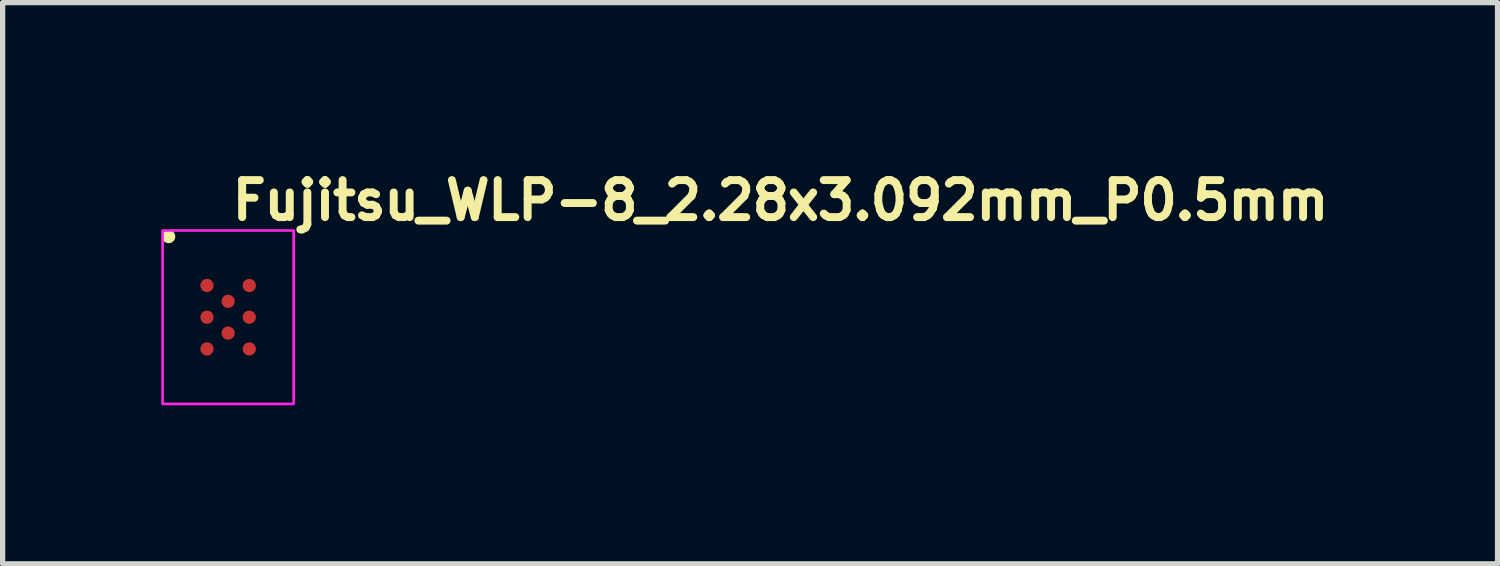
<source format=kicad_pcb>
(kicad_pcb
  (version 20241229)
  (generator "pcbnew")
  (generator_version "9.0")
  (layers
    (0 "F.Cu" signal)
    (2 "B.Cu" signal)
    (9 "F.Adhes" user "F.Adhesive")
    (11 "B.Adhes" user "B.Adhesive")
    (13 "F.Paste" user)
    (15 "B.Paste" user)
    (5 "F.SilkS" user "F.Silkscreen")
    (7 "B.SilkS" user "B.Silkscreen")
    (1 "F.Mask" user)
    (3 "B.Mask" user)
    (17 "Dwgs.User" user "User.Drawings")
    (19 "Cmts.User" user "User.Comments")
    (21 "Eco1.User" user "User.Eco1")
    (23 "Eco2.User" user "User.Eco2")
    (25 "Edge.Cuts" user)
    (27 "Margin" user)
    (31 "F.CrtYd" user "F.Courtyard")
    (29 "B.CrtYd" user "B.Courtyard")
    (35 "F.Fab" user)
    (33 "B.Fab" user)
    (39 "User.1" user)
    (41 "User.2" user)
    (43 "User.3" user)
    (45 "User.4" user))
  (footprint "Fujitsu_WLP-8_2.28x3.092mm_P0.5mm"
    (layer "F.Cu")
    (at 1.265 2.95)
    (property "Reference" "Fujitsu_WLP-8_2.28x3.092mm_P0.5mm" (at 0 -1.8 0) (layer "F.SilkS") (effects (font (size 0.7 0.7) (thickness 0.15)) (justify left bottom)))
    (attr smd)
    (fp_circle (center -1.125 -1.525) (end -1.075 -1.525) (stroke (width 0.15) (type solid)) (fill yes) (layer "F.SilkS"))
    (fp_rect (start -1.24 -1.64) (end 1.24 1.64) (stroke (width 0.05) (type solid)) (fill no) (layer "F.CrtYd"))
    (fp_rect (start -1.14 -1.545) (end 1.14 1.545) (stroke (width 0.1) (type solid)) (fill no) (layer "User.5"))
    (fp_line (start -1.14 -1.545) (end -1.14 1.545) (stroke (width 0.02) (type solid)) (layer "User.9"))
    (fp_line (start -1.14 -1.545) (end 1.14 -1.545) (stroke (width 0.02) (type solid)) (layer "User.9"))
    (fp_line (start -1.14 1.545) (end 1.14 1.545) (stroke (width 0.02) (type solid)) (layer "User.9"))
    (fp_line (start -0.95 -1.211) (end -0.948 -1.23) (stroke (width 0.02) (type solid)) (layer "User.9"))
    (fp_line (start -0.949 -1.19) (end -0.95 -1.211) (stroke (width 0.02) (type solid)) (layer "User.9"))
    (fp_line (start -0.948 -1.23) (end -0.944 -1.248) (stroke (width 0.02) (type solid)) (layer "User.9"))
    (fp_line (start -0.946 -1.17) (end -0.949 -1.19) (stroke (width 0.02) (type solid)) (layer "User.9"))
    (fp_line (start -0.944 -1.248) (end -0.93 -1.28) (stroke (width 0.02) (type solid)) (layer "User.9"))
    (fp_line (start -0.939 -1.149) (end -0.946 -1.17) (stroke (width 0.02) (type solid)) (layer "User.9"))
    (fp_line (start -0.93 -1.28) (end -0.909 -1.308) (stroke (width 0.02) (type solid)) (layer "User.9"))
    (fp_line (start -0.93 -1.13) (end -0.939 -1.149) (stroke (width 0.02) (type solid)) (layer "User.9"))
    (fp_line (start -0.918 -1.112) (end -0.93 -1.13) (stroke (width 0.02) (type solid)) (layer "User.9"))
    (fp_line (start -0.909 -1.308) (end -0.896 -1.32) (stroke (width 0.02) (type solid)) (layer "User.9"))
    (fp_line (start -0.903 -1.096) (end -0.918 -1.112) (stroke (width 0.02) (type solid)) (layer "User.9"))
    (fp_line (start -0.896 -1.32) (end -0.88 -1.332) (stroke (width 0.02) (type solid)) (layer "User.9"))
    (fp_line (start -0.887 -1.083) (end -0.903 -1.096) (stroke (width 0.02) (type solid)) (layer "User.9"))
    (fp_line (start -0.88 -1.332) (end -0.862 -1.342) (stroke (width 0.02) (type solid)) (layer "User.9"))
    (fp_line (start -0.87 -1.072) (end -0.887 -1.083) (stroke (width 0.02) (type solid)) (layer "User.9"))
    (fp_line (start -0.862 -1.342) (end -0.842 -1.349) (stroke (width 0.02) (type solid)) (layer "User.9"))
    (fp_line (start -0.852 -1.064) (end -0.87 -1.072) (stroke (width 0.02) (type solid)) (layer "User.9"))
    (fp_line (start -0.842 -1.349) (end -0.822 -1.353) (stroke (width 0.02) (type solid)) (layer "User.9"))
    (fp_line (start -0.834 -1.059) (end -0.852 -1.064) (stroke (width 0.02) (type solid)) (layer "User.9"))
    (fp_line (start -0.822 -1.353) (end -0.8 -1.355) (stroke (width 0.02) (type solid)) (layer "User.9"))
    (fp_line (start -0.8 -1.355) (end -0.778 -1.353) (stroke (width 0.02) (type solid)) (layer "User.9"))
    (fp_line (start -0.8 -1.055) (end -0.834 -1.059) (stroke (width 0.02) (type solid)) (layer "User.9"))
    (fp_line (start -0.778 -1.353) (end -0.758 -1.349) (stroke (width 0.02) (type solid)) (layer "User.9"))
    (fp_line (start -0.766 -1.059) (end -0.8 -1.055) (stroke (width 0.02) (type solid)) (layer "User.9"))
    (fp_line (start -0.758 -1.349) (end -0.738 -1.342) (stroke (width 0.02) (type solid)) (layer "User.9"))
    (fp_line (start -0.748 -1.064) (end -0.766 -1.059) (stroke (width 0.02) (type solid)) (layer "User.9"))
    (fp_line (start -0.738 -1.342) (end -0.72 -1.332) (stroke (width 0.02) (type solid)) (layer "User.9"))
    (fp_line (start -0.73 -1.072) (end -0.748 -1.064) (stroke (width 0.02) (type solid)) (layer "User.9"))
    (fp_line (start -0.72 -1.332) (end -0.704 -1.32) (stroke (width 0.02) (type solid)) (layer "User.9"))
    (fp_line (start -0.713 -1.083) (end -0.73 -1.072) (stroke (width 0.02) (type solid)) (layer "User.9"))
    (fp_line (start -0.704 -1.32) (end -0.691 -1.308) (stroke (width 0.02) (type solid)) (layer "User.9"))
    (fp_line (start -0.697 -1.096) (end -0.713 -1.083) (stroke (width 0.02) (type solid)) (layer "User.9"))
    (fp_line (start -0.691 -1.308) (end -0.67 -1.28) (stroke (width 0.02) (type solid)) (layer "User.9"))
    (fp_line (start -0.682 -1.112) (end -0.697 -1.096) (stroke (width 0.02) (type solid)) (layer "User.9"))
    (fp_line (start -0.67 -1.28) (end -0.656 -1.248) (stroke (width 0.02) (type solid)) (layer "User.9"))
    (fp_line (start -0.67 -1.13) (end -0.682 -1.112) (stroke (width 0.02) (type solid)) (layer "User.9"))
    (fp_line (start -0.661 -1.149) (end -0.67 -1.13) (stroke (width 0.02) (type solid)) (layer "User.9"))
    (fp_line (start -0.656 -1.248) (end -0.652 -1.23) (stroke (width 0.02) (type solid)) (layer "User.9"))
    (fp_line (start -0.654 -1.17) (end -0.661 -1.149) (stroke (width 0.02) (type solid)) (layer "User.9"))
    (fp_line (start -0.652 -1.23) (end -0.65 -1.211) (stroke (width 0.02) (type solid)) (layer "User.9"))
    (fp_line (start -0.651 -1.19) (end -0.654 -1.17) (stroke (width 0.02) (type solid)) (layer "User.9"))
    (fp_line (start -0.65 -1.211) (end -0.651 -1.19) (stroke (width 0.02) (type solid)) (layer "User.9"))
    (fp_line (start 1.14 -1.545) (end 1.14 1.545) (stroke (width 0.02) (type solid)) (layer "User.9"))
    (pad "A1" smd circle (at -0.4 -0.6) (size 0.25 0.25) (property pad_prop_bga) (layers "F.Cu" "F.Mask" "F.Paste"))
    (pad "A3" smd circle (at 0.4 -0.6) (size 0.25 0.25) (property pad_prop_bga) (layers "F.Cu" "F.Mask" "F.Paste"))
    (pad "B2" smd circle (at 0 -0.3) (size 0.25 0.25) (property pad_prop_bga) (layers "F.Cu" "F.Mask" "F.Paste"))
    (pad "C1" smd circle (at -0.4 0) (size 0.25 0.25) (property pad_prop_bga) (layers "F.Cu" "F.Mask" "F.Paste"))
    (pad "C3" smd circle (at 0.4 0) (size 0.25 0.25) (property pad_prop_bga) (layers "F.Cu" "F.Mask" "F.Paste"))
    (pad "D2" smd circle (at 0 0.3) (size 0.25 0.25) (property pad_prop_bga) (layers "F.Cu" "F.Mask" "F.Paste"))
    (pad "E1" smd circle (at -0.4 0.6) (size 0.25 0.25) (property pad_prop_bga) (layers "F.Cu" "F.Mask" "F.Paste"))
    (pad "E3" smd circle (at 0.4 0.6) (size 0.25 0.25) (property pad_prop_bga) (layers "F.Cu" "F.Mask" "F.Paste")))
  (gr_rect
    (start -3 -3)
    (end 25.275 7.615)
    (stroke (width 0.1) (type default))
    (fill no)
    (layer "Edge.Cuts")))
</source>
